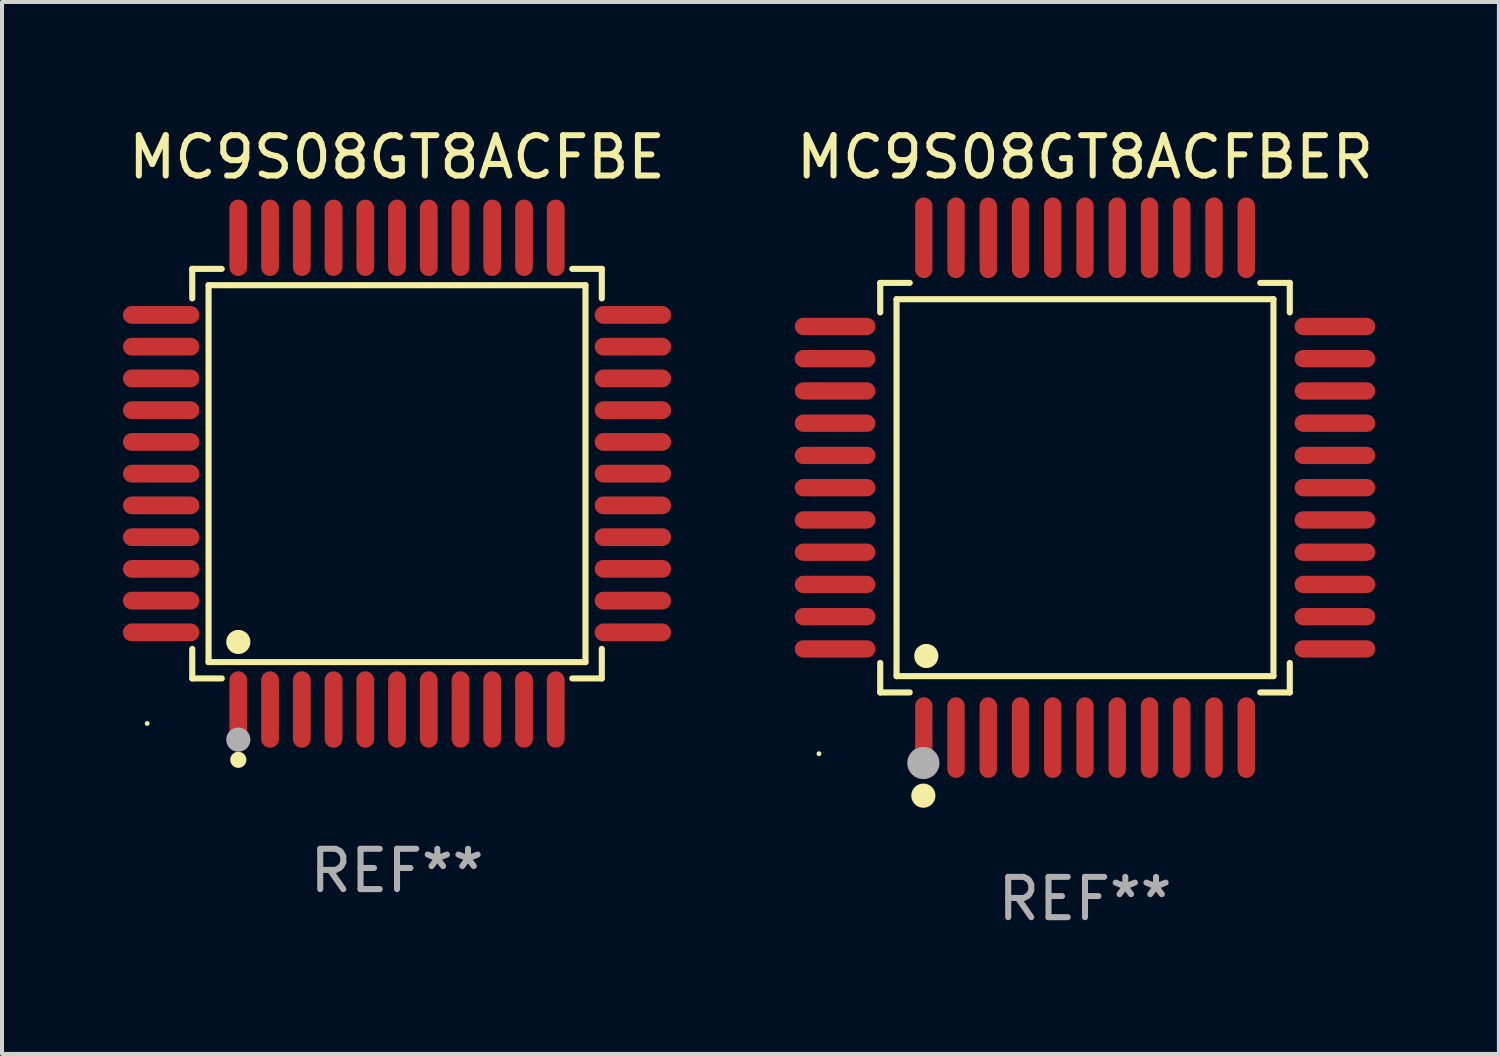
<source format=kicad_pcb>
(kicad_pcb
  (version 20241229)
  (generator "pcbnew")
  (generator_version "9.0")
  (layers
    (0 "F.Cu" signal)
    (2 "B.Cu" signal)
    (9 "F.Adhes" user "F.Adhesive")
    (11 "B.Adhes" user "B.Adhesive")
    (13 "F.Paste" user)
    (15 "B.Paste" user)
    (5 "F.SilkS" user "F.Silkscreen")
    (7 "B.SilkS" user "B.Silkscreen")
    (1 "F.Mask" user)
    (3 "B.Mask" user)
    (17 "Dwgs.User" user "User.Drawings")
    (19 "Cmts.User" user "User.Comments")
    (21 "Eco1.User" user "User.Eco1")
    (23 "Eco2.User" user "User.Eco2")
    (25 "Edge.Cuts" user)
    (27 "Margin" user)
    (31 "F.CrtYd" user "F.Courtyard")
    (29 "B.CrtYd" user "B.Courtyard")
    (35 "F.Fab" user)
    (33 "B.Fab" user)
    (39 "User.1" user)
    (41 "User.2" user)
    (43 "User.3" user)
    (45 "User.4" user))
  (footprint "MC9S08GT8ACFBER"
    (layer "F.Cu")
    (at 23.866 9.048)
    (property "Reference" "MC9S08GT8ACFBER" (at 0 -8.2 0) (layer "F.SilkS") (effects (font (size 1 1) (thickness 0.15))))
    (attr through_hole)
    (fp_line (start -5.08 -5.08) (end -4.348 -5.08) (stroke (width 0.152) (type solid)) (layer "F.SilkS"))
    (fp_line (start -5.08 -4.348) (end -5.08 -5.08) (stroke (width 0.152) (type solid)) (layer "F.SilkS"))
    (fp_line (start -5.08 4.348) (end -5.08 5.08) (stroke (width 0.152) (type solid)) (layer "F.SilkS"))
    (fp_line (start -5.08 5.08) (end -4.348 5.08) (stroke (width 0.152) (type solid)) (layer "F.SilkS"))
    (fp_line (start -4.675 -4.675) (end 4.675 -4.675) (stroke (width 0.152) (type solid)) (layer "F.SilkS"))
    (fp_line (start -4.675 4.675) (end -4.675 -4.675) (stroke (width 0.152) (type solid)) (layer "F.SilkS"))
    (fp_line (start 4.675 -4.675) (end 4.675 4.675) (stroke (width 0.152) (type solid)) (layer "F.SilkS"))
    (fp_line (start 4.675 4.675) (end -4.675 4.675) (stroke (width 0.152) (type solid)) (layer "F.SilkS"))
    (fp_line (start 5.08 -5.08) (end 4.348 -5.08) (stroke (width 0.152) (type solid)) (layer "F.SilkS"))
    (fp_line (start 5.08 -4.348) (end 5.08 -5.08) (stroke (width 0.152) (type solid)) (layer "F.SilkS"))
    (fp_line (start 5.08 4.348) (end 5.08 5.08) (stroke (width 0.152) (type solid)) (layer "F.SilkS"))
    (fp_line (start 5.08 5.08) (end 4.348 5.08) (stroke (width 0.152) (type solid)) (layer "F.SilkS"))
    (fp_circle (center -6.6 6.6) (end -6.57 6.6) (stroke (width 0.06) (type solid)) (fill no) (layer "F.SilkS"))
    (fp_circle (center -4.01 7.64) (end -3.86 7.64) (stroke (width 0.3) (type solid)) (fill no) (layer "F.SilkS"))
    (fp_circle (center -3.937 4.175) (end -3.787 4.175) (stroke (width 0.3) (type solid)) (fill no) (layer "F.SilkS"))
    (fp_circle (center -4.01 6.83) (end -3.81 6.83) (stroke (width 0.4) (type solid)) (fill no) (layer "F.Fab"))
    (fp_text user "REF**" (at 0 10.2 0) (layer "F.Fab") (effects (font (size 1 1) (thickness 0.15))))
    (pad "1" smd oval (at -4 6.2) (size 0.43 2) (layers "F.Cu" "F.Mask" "F.Paste"))
    (pad "2" smd oval (at -3.2 6.2) (size 0.43 2) (layers "F.Cu" "F.Mask" "F.Paste"))
    (pad "3" smd oval (at -2.4 6.2) (size 0.43 2) (layers "F.Cu" "F.Mask" "F.Paste"))
    (pad "4" smd oval (at -1.6 6.2) (size 0.43 2) (layers "F.Cu" "F.Mask" "F.Paste"))
    (pad "5" smd oval (at -0.8 6.2) (size 0.43 2) (layers "F.Cu" "F.Mask" "F.Paste"))
    (pad "6" smd oval (at 0 6.2) (size 0.43 2) (layers "F.Cu" "F.Mask" "F.Paste"))
    (pad "7" smd oval (at 0.8 6.2) (size 0.43 2) (layers "F.Cu" "F.Mask" "F.Paste"))
    (pad "8" smd oval (at 1.6 6.2) (size 0.43 2) (layers "F.Cu" "F.Mask" "F.Paste"))
    (pad "9" smd oval (at 2.4 6.2) (size 0.43 2) (layers "F.Cu" "F.Mask" "F.Paste"))
    (pad "10" smd oval (at 3.2 6.2) (size 0.43 2) (layers "F.Cu" "F.Mask" "F.Paste"))
    (pad "11" smd oval (at 4 6.2) (size 0.43 2) (layers "F.Cu" "F.Mask" "F.Paste"))
    (pad "12" smd oval (at 6.2 4) (size 2 0.43) (layers "F.Cu" "F.Mask" "F.Paste"))
    (pad "13" smd oval (at 6.2 3.2) (size 2 0.43) (layers "F.Cu" "F.Mask" "F.Paste"))
    (pad "14" smd oval (at 6.2 2.4) (size 2 0.43) (layers "F.Cu" "F.Mask" "F.Paste"))
    (pad "15" smd oval (at 6.2 1.6) (size 2 0.43) (layers "F.Cu" "F.Mask" "F.Paste"))
    (pad "16" smd oval (at 6.2 0.8) (size 2 0.43) (layers "F.Cu" "F.Mask" "F.Paste"))
    (pad "17" smd oval (at 6.2 0) (size 2 0.43) (layers "F.Cu" "F.Mask" "F.Paste"))
    (pad "18" smd oval (at 6.2 -0.8) (size 2 0.43) (layers "F.Cu" "F.Mask" "F.Paste"))
    (pad "19" smd oval (at 6.2 -1.6) (size 2 0.43) (layers "F.Cu" "F.Mask" "F.Paste"))
    (pad "20" smd oval (at 6.2 -2.4) (size 2 0.43) (layers "F.Cu" "F.Mask" "F.Paste"))
    (pad "21" smd oval (at 6.2 -3.2) (size 2 0.43) (layers "F.Cu" "F.Mask" "F.Paste"))
    (pad "22" smd oval (at 6.2 -4) (size 2 0.43) (layers "F.Cu" "F.Mask" "F.Paste"))
    (pad "23" smd oval (at 4 -6.2) (size 0.43 2) (layers "F.Cu" "F.Mask" "F.Paste"))
    (pad "24" smd oval (at 3.2 -6.2) (size 0.43 2) (layers "F.Cu" "F.Mask" "F.Paste"))
    (pad "25" smd oval (at 2.4 -6.2) (size 0.43 2) (layers "F.Cu" "F.Mask" "F.Paste"))
    (pad "26" smd oval (at 1.6 -6.2) (size 0.43 2) (layers "F.Cu" "F.Mask" "F.Paste"))
    (pad "27" smd oval (at 0.8 -6.2) (size 0.43 2) (layers "F.Cu" "F.Mask" "F.Paste"))
    (pad "28" smd oval (at 0 -6.2) (size 0.43 2) (layers "F.Cu" "F.Mask" "F.Paste"))
    (pad "29" smd oval (at -0.8 -6.2) (size 0.43 2) (layers "F.Cu" "F.Mask" "F.Paste"))
    (pad "30" smd oval (at -1.6 -6.2) (size 0.43 2) (layers "F.Cu" "F.Mask" "F.Paste"))
    (pad "31" smd oval (at -2.4 -6.2) (size 0.43 2) (layers "F.Cu" "F.Mask" "F.Paste"))
    (pad "32" smd oval (at -3.2 -6.2) (size 0.43 2) (layers "F.Cu" "F.Mask" "F.Paste"))
    (pad "33" smd oval (at -4 -6.2) (size 0.43 2) (layers "F.Cu" "F.Mask" "F.Paste"))
    (pad "34" smd oval (at -6.2 -4) (size 2 0.43) (layers "F.Cu" "F.Mask" "F.Paste"))
    (pad "35" smd oval (at -6.2 -3.2) (size 2 0.43) (layers "F.Cu" "F.Mask" "F.Paste"))
    (pad "36" smd oval (at -6.2 -2.4) (size 2 0.43) (layers "F.Cu" "F.Mask" "F.Paste"))
    (pad "37" smd oval (at -6.2 -1.6) (size 2 0.43) (layers "F.Cu" "F.Mask" "F.Paste"))
    (pad "38" smd oval (at -6.2 -0.8) (size 2 0.43) (layers "F.Cu" "F.Mask" "F.Paste"))
    (pad "39" smd oval (at -6.2 0) (size 2 0.43) (layers "F.Cu" "F.Mask" "F.Paste"))
    (pad "40" smd oval (at -6.2 0.8) (size 2 0.43) (layers "F.Cu" "F.Mask" "F.Paste"))
    (pad "41" smd oval (at -6.2 1.6) (size 2 0.43) (layers "F.Cu" "F.Mask" "F.Paste"))
    (pad "42" smd oval (at -6.2 2.4) (size 2 0.43) (layers "F.Cu" "F.Mask" "F.Paste"))
    (pad "43" smd oval (at -6.2 3.2) (size 2 0.43) (layers "F.Cu" "F.Mask" "F.Paste"))
    (pad "44" smd oval (at -6.2 4) (size 2 0.43) (layers "F.Cu" "F.Mask" "F.Paste")))
  (footprint "MC9S08GT8ACFBE"
    (layer "F.Cu")
    (at 6.799 8.7)
    (property "Reference" "MC9S08GT8ACFBE" (at 0 -7.851 0) (layer "F.SilkS") (effects (font (size 1 1) (thickness 0.15))))
    (attr through_hole)
    (fp_line (start -5.08 -5.08) (end -4.348 -5.08) (stroke (width 0.152) (type solid)) (layer "F.SilkS"))
    (fp_line (start -5.08 -4.348) (end -5.08 -5.08) (stroke (width 0.152) (type solid)) (layer "F.SilkS"))
    (fp_line (start -5.08 4.348) (end -5.08 5.08) (stroke (width 0.152) (type solid)) (layer "F.SilkS"))
    (fp_line (start -5.08 5.08) (end -4.348 5.08) (stroke (width 0.152) (type solid)) (layer "F.SilkS"))
    (fp_line (start -4.675 -4.675) (end 4.675 -4.675) (stroke (width 0.152) (type solid)) (layer "F.SilkS"))
    (fp_line (start -4.675 4.675) (end -4.675 -4.675) (stroke (width 0.152) (type solid)) (layer "F.SilkS"))
    (fp_line (start 4.675 -4.675) (end 4.675 4.675) (stroke (width 0.152) (type solid)) (layer "F.SilkS"))
    (fp_line (start 4.675 4.675) (end -4.675 4.675) (stroke (width 0.152) (type solid)) (layer "F.SilkS"))
    (fp_line (start 5.08 -5.08) (end 4.348 -5.08) (stroke (width 0.152) (type solid)) (layer "F.SilkS"))
    (fp_line (start 5.08 -4.348) (end 5.08 -5.08) (stroke (width 0.152) (type solid)) (layer "F.SilkS"))
    (fp_line (start 5.08 4.348) (end 5.08 5.08) (stroke (width 0.152) (type solid)) (layer "F.SilkS"))
    (fp_line (start 5.08 5.08) (end 4.348 5.08) (stroke (width 0.152) (type solid)) (layer "F.SilkS"))
    (fp_circle (center -6.198 6.198) (end -6.168 6.198) (stroke (width 0.06) (type solid)) (fill no) (layer "F.SilkS"))
    (fp_circle (center -3.937 4.175) (end -3.787 4.175) (stroke (width 0.3) (type solid)) (fill no) (layer "F.SilkS"))
    (fp_circle (center -3.937 7.099) (end -3.837 7.099) (stroke (width 0.2) (type solid)) (fill no) (layer "F.SilkS"))
    (fp_circle (center -3.937 6.598) (end -3.787 6.598) (stroke (width 0.3) (type solid)) (fill no) (layer "F.Fab"))
    (fp_text user "REF**" (at 0 9.851 0) (layer "F.Fab") (effects (font (size 1 1) (thickness 0.15))))
    (pad "1" smd oval (at -3.937 5.851) (size 0.441 1.895) (layers "F.Cu" "F.Mask" "F.Paste"))
    (pad "2" smd oval (at -3.15 5.851) (size 0.441 1.895) (layers "F.Cu" "F.Mask" "F.Paste"))
    (pad "3" smd oval (at -2.362 5.851) (size 0.441 1.895) (layers "F.Cu" "F.Mask" "F.Paste"))
    (pad "4" smd oval (at -1.575 5.851) (size 0.441 1.895) (layers "F.Cu" "F.Mask" "F.Paste"))
    (pad "5" smd oval (at -0.787 5.851) (size 0.441 1.895) (layers "F.Cu" "F.Mask" "F.Paste"))
    (pad "6" smd oval (at 0 5.851) (size 0.441 1.895) (layers "F.Cu" "F.Mask" "F.Paste"))
    (pad "7" smd oval (at 0.787 5.851) (size 0.441 1.895) (layers "F.Cu" "F.Mask" "F.Paste"))
    (pad "8" smd oval (at 1.575 5.851) (size 0.441 1.895) (layers "F.Cu" "F.Mask" "F.Paste"))
    (pad "9" smd oval (at 2.362 5.851) (size 0.441 1.895) (layers "F.Cu" "F.Mask" "F.Paste"))
    (pad "10" smd oval (at 3.15 5.851) (size 0.441 1.895) (layers "F.Cu" "F.Mask" "F.Paste"))
    (pad "11" smd oval (at 3.937 5.851) (size 0.441 1.895) (layers "F.Cu" "F.Mask" "F.Paste"))
    (pad "12" smd oval (at 5.851 3.937) (size 1.895 0.441) (layers "F.Cu" "F.Mask" "F.Paste"))
    (pad "13" smd oval (at 5.851 3.15) (size 1.895 0.441) (layers "F.Cu" "F.Mask" "F.Paste"))
    (pad "14" smd oval (at 5.851 2.362) (size 1.895 0.441) (layers "F.Cu" "F.Mask" "F.Paste"))
    (pad "15" smd oval (at 5.851 1.575) (size 1.895 0.441) (layers "F.Cu" "F.Mask" "F.Paste"))
    (pad "16" smd oval (at 5.851 0.787) (size 1.895 0.441) (layers "F.Cu" "F.Mask" "F.Paste"))
    (pad "17" smd oval (at 5.851 0) (size 1.895 0.441) (layers "F.Cu" "F.Mask" "F.Paste"))
    (pad "18" smd oval (at 5.851 -0.787) (size 1.895 0.441) (layers "F.Cu" "F.Mask" "F.Paste"))
    (pad "19" smd oval (at 5.851 -1.575) (size 1.895 0.441) (layers "F.Cu" "F.Mask" "F.Paste"))
    (pad "20" smd oval (at 5.851 -2.362) (size 1.895 0.441) (layers "F.Cu" "F.Mask" "F.Paste"))
    (pad "21" smd oval (at 5.851 -3.15) (size 1.895 0.441) (layers "F.Cu" "F.Mask" "F.Paste"))
    (pad "22" smd oval (at 5.851 -3.937) (size 1.895 0.441) (layers "F.Cu" "F.Mask" "F.Paste"))
    (pad "23" smd oval (at 3.937 -5.851) (size 0.441 1.895) (layers "F.Cu" "F.Mask" "F.Paste"))
    (pad "24" smd oval (at 3.15 -5.851) (size 0.441 1.895) (layers "F.Cu" "F.Mask" "F.Paste"))
    (pad "25" smd oval (at 2.362 -5.851) (size 0.441 1.895) (layers "F.Cu" "F.Mask" "F.Paste"))
    (pad "26" smd oval (at 1.575 -5.851) (size 0.441 1.895) (layers "F.Cu" "F.Mask" "F.Paste"))
    (pad "27" smd oval (at 0.787 -5.851) (size 0.441 1.895) (layers "F.Cu" "F.Mask" "F.Paste"))
    (pad "28" smd oval (at 0 -5.851) (size 0.441 1.895) (layers "F.Cu" "F.Mask" "F.Paste"))
    (pad "29" smd oval (at -0.787 -5.851) (size 0.441 1.895) (layers "F.Cu" "F.Mask" "F.Paste"))
    (pad "30" smd oval (at -1.575 -5.851) (size 0.441 1.895) (layers "F.Cu" "F.Mask" "F.Paste"))
    (pad "31" smd oval (at -2.362 -5.851) (size 0.441 1.895) (layers "F.Cu" "F.Mask" "F.Paste"))
    (pad "32" smd oval (at -3.15 -5.851) (size 0.441 1.895) (layers "F.Cu" "F.Mask" "F.Paste"))
    (pad "33" smd oval (at -3.937 -5.851) (size 0.441 1.895) (layers "F.Cu" "F.Mask" "F.Paste"))
    (pad "34" smd oval (at -5.851 -3.937) (size 1.895 0.441) (layers "F.Cu" "F.Mask" "F.Paste"))
    (pad "35" smd oval (at -5.851 -3.15) (size 1.895 0.441) (layers "F.Cu" "F.Mask" "F.Paste"))
    (pad "36" smd oval (at -5.851 -2.362) (size 1.895 0.441) (layers "F.Cu" "F.Mask" "F.Paste"))
    (pad "37" smd oval (at -5.851 -1.575) (size 1.895 0.441) (layers "F.Cu" "F.Mask" "F.Paste"))
    (pad "38" smd oval (at -5.851 -0.787) (size 1.895 0.441) (layers "F.Cu" "F.Mask" "F.Paste"))
    (pad "39" smd oval (at -5.851 0) (size 1.895 0.441) (layers "F.Cu" "F.Mask" "F.Paste"))
    (pad "40" smd oval (at -5.851 0.787) (size 1.895 0.441) (layers "F.Cu" "F.Mask" "F.Paste"))
    (pad "41" smd oval (at -5.851 1.575) (size 1.895 0.441) (layers "F.Cu" "F.Mask" "F.Paste"))
    (pad "42" smd oval (at -5.851 2.362) (size 1.895 0.441) (layers "F.Cu" "F.Mask" "F.Paste"))
    (pad "43" smd oval (at -5.851 3.15) (size 1.895 0.441) (layers "F.Cu" "F.Mask" "F.Paste"))
    (pad "44" smd oval (at -5.851 3.937) (size 1.895 0.441) (layers "F.Cu" "F.Mask" "F.Paste")))
  (gr_rect
    (start -3 -3)
    (end 34.134 23.096)
    (stroke (width 0.1) (type default))
    (fill no)
    (layer "Edge.Cuts")))
</source>
